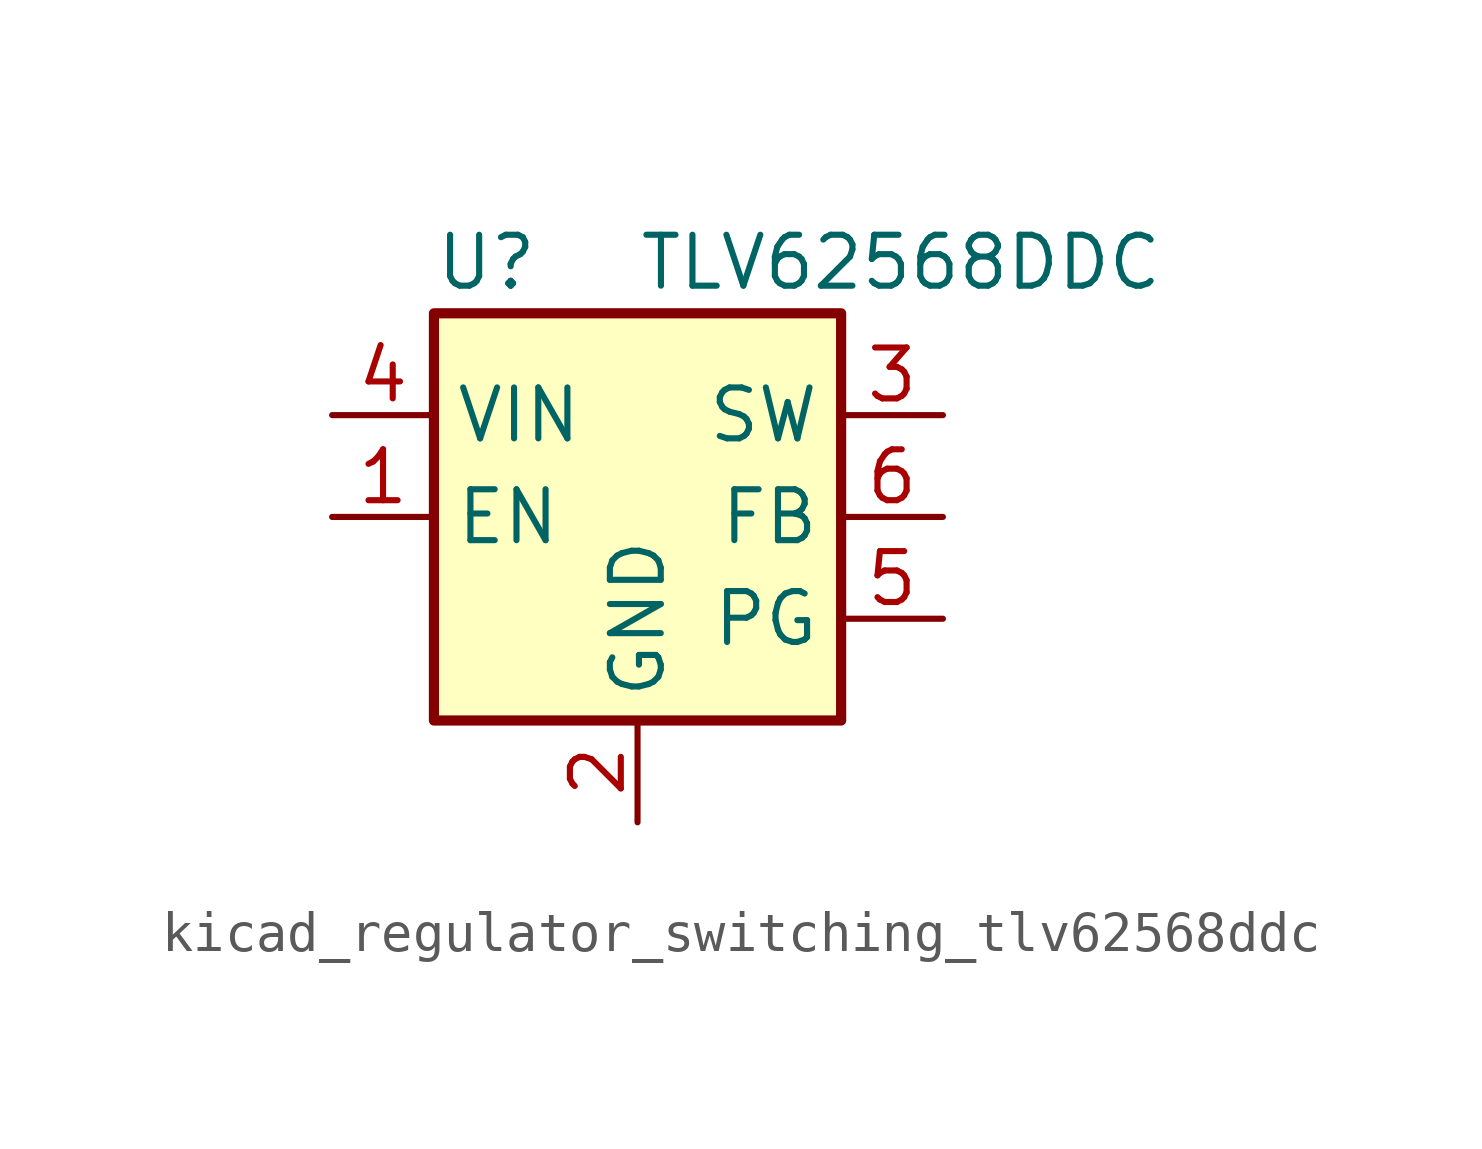
<source format=kicad_sym>
(kicad_symbol_lib
  (version 20220914)
  (generator kicad_symbol_editor)
  (symbol "kicad_regulator_switching_tlv62568ddc"
    (property "Reference" "U"
      (at -5.08 6.35 0)
      (effects (font (size 1.27 1.27)) (justify left)))
    (property "Value" "TLV62568DDC"
      (at 0 6.35 0)
      (effects (font (size 1.27 1.27)) (justify left)))
    (symbol "kicad_regulator_switching_tlv62568ddc_0_1"
      (rectangle (start -5.08 5.08) (end 5.08 -5.08) (stroke (width 0.254) (type default)) (fill (type background))))
    (symbol "kicad_regulator_switching_tlv62568ddc_1_1"
      (pin input line (at -7.62 0 0) (length 2.54) (name "EN" (effects (font (size 1.27 1.27)))) (number "1" (effects (font (size 1.27 1.27)))))
      (pin power_in line (at 0 -7.62 90) (length 2.54) (name "GND" (effects (font (size 1.27 1.27)))) (number "2" (effects (font (size 1.27 1.27)))))
      (pin power_out line (at 7.62 2.54 180) (length 2.54) (name "SW" (effects (font (size 1.27 1.27)))) (number "3" (effects (font (size 1.27 1.27)))))
      (pin power_in line (at -7.62 2.54 0) (length 2.54) (name "VIN" (effects (font (size 1.27 1.27)))) (number "4" (effects (font (size 1.27 1.27)))))
      (pin open_collector line (at 7.62 -2.54 180) (length 2.54) (name "PG" (effects (font (size 1.27 1.27)))) (number "5" (effects (font (size 1.27 1.27)))))
      (pin input line (at 7.62 0 180) (length 2.54) (name "FB" (effects (font (size 1.27 1.27)))) (number "6" (effects (font (size 1.27 1.27))))))))
</source>
